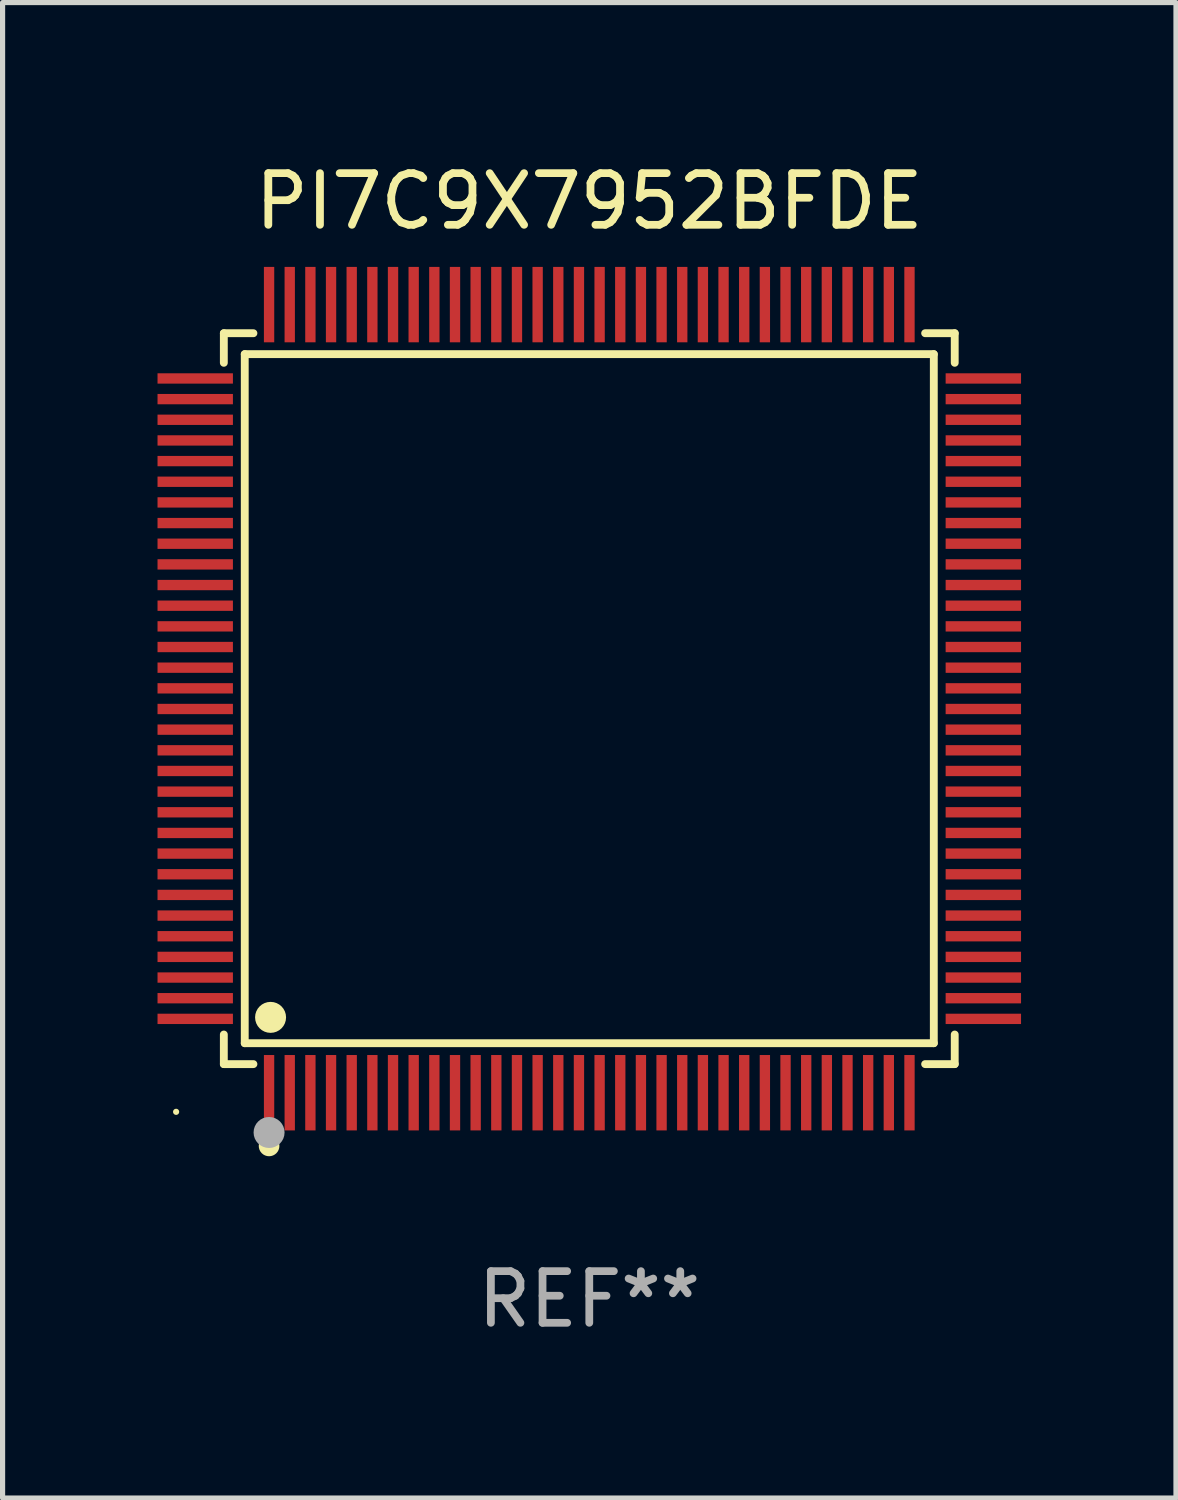
<source format=kicad_pcb>
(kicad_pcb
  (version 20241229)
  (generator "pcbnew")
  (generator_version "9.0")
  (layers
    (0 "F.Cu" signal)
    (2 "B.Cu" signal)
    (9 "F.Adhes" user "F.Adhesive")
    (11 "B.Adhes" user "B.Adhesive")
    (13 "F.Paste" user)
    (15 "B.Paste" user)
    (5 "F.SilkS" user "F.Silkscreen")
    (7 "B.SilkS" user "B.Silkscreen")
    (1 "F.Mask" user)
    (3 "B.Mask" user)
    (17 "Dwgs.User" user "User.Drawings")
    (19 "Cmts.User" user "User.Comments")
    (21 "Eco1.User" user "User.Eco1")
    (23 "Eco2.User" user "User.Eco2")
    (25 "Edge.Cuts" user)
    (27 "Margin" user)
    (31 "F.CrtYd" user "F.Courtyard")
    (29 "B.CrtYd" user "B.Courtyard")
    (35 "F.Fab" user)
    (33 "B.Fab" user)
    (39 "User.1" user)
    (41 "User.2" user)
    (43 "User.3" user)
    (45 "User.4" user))
  (footprint "PI7C9X7952BFDE"
    (layer "F.Cu")
    (at 8.36 10.478)
    (property "Reference" "PI7C9X7952BFDE" (at 0 -9.63 0) (layer "F.SilkS") (effects (font (size 1 1) (thickness 0.15))))
    (attr through_hole)
    (fp_line (start -7.076 -7.076) (end -6.503 -7.076) (stroke (width 0.152) (type solid)) (layer "F.SilkS"))
    (fp_line (start -7.076 -6.503) (end -7.076 -7.076) (stroke (width 0.152) (type solid)) (layer "F.SilkS"))
    (fp_line (start -7.076 6.503) (end -7.076 7.076) (stroke (width 0.152) (type solid)) (layer "F.SilkS"))
    (fp_line (start -7.076 7.076) (end -6.503 7.076) (stroke (width 0.152) (type solid)) (layer "F.SilkS"))
    (fp_line (start -6.671 -6.671) (end 6.671 -6.671) (stroke (width 0.152) (type solid)) (layer "F.SilkS"))
    (fp_line (start -6.671 6.671) (end -6.671 -6.671) (stroke (width 0.152) (type solid)) (layer "F.SilkS"))
    (fp_line (start 6.671 -6.671) (end 6.671 6.671) (stroke (width 0.152) (type solid)) (layer "F.SilkS"))
    (fp_line (start 6.671 6.671) (end -6.671 6.671) (stroke (width 0.152) (type solid)) (layer "F.SilkS"))
    (fp_line (start 7.076 -7.076) (end 6.503 -7.076) (stroke (width 0.152) (type solid)) (layer "F.SilkS"))
    (fp_line (start 7.076 -6.503) (end 7.076 -7.076) (stroke (width 0.152) (type solid)) (layer "F.SilkS"))
    (fp_line (start 7.076 6.503) (end 7.076 7.076) (stroke (width 0.152) (type solid)) (layer "F.SilkS"))
    (fp_line (start 7.076 7.076) (end 6.503 7.076) (stroke (width 0.152) (type solid)) (layer "F.SilkS"))
    (fp_circle (center -8 8) (end -7.97 8) (stroke (width 0.06) (type solid)) (fill no) (layer "F.SilkS"))
    (fp_circle (center -6.2 8.66) (end -6.1 8.66) (stroke (width 0.2) (type solid)) (fill no) (layer "F.SilkS"))
    (fp_circle (center -6.171 6.171) (end -6.021 6.171) (stroke (width 0.3) (type solid)) (fill no) (layer "F.SilkS"))
    (fp_circle (center -6.2 8.4) (end -6.05 8.4) (stroke (width 0.3) (type solid)) (fill no) (layer "F.Fab"))
    (fp_text user "REF**" (at 0 11.63 0) (layer "F.Fab") (effects (font (size 1 1) (thickness 0.15))))
    (pad "1" smd rect (at -6.2 7.63) (size 0.2 1.46) (layers "F.Cu" "F.Mask" "F.Paste"))
    (pad "2" smd rect (at -5.8 7.63) (size 0.2 1.46) (layers "F.Cu" "F.Mask" "F.Paste"))
    (pad "3" smd rect (at -5.4 7.63) (size 0.2 1.46) (layers "F.Cu" "F.Mask" "F.Paste"))
    (pad "4" smd rect (at -5 7.63) (size 0.2 1.46) (layers "F.Cu" "F.Mask" "F.Paste"))
    (pad "5" smd rect (at -4.6 7.63) (size 0.2 1.46) (layers "F.Cu" "F.Mask" "F.Paste"))
    (pad "6" smd rect (at -4.2 7.63) (size 0.2 1.46) (layers "F.Cu" "F.Mask" "F.Paste"))
    (pad "7" smd rect (at -3.8 7.63) (size 0.2 1.46) (layers "F.Cu" "F.Mask" "F.Paste"))
    (pad "8" smd rect (at -3.4 7.63) (size 0.2 1.46) (layers "F.Cu" "F.Mask" "F.Paste"))
    (pad "9" smd rect (at -3 7.63) (size 0.2 1.46) (layers "F.Cu" "F.Mask" "F.Paste"))
    (pad "10" smd rect (at -2.6 7.63) (size 0.2 1.46) (layers "F.Cu" "F.Mask" "F.Paste"))
    (pad "11" smd rect (at -2.2 7.63) (size 0.2 1.46) (layers "F.Cu" "F.Mask" "F.Paste"))
    (pad "12" smd rect (at -1.8 7.63) (size 0.2 1.46) (layers "F.Cu" "F.Mask" "F.Paste"))
    (pad "13" smd rect (at -1.4 7.63) (size 0.2 1.46) (layers "F.Cu" "F.Mask" "F.Paste"))
    (pad "14" smd rect (at -1 7.63) (size 0.2 1.46) (layers "F.Cu" "F.Mask" "F.Paste"))
    (pad "15" smd rect (at -0.6 7.63) (size 0.2 1.46) (layers "F.Cu" "F.Mask" "F.Paste"))
    (pad "16" smd rect (at -0.2 7.63) (size 0.2 1.46) (layers "F.Cu" "F.Mask" "F.Paste"))
    (pad "17" smd rect (at 0.2 7.63) (size 0.2 1.46) (layers "F.Cu" "F.Mask" "F.Paste"))
    (pad "18" smd rect (at 0.6 7.63) (size 0.2 1.46) (layers "F.Cu" "F.Mask" "F.Paste"))
    (pad "19" smd rect (at 1 7.63) (size 0.2 1.46) (layers "F.Cu" "F.Mask" "F.Paste"))
    (pad "20" smd rect (at 1.4 7.63) (size 0.2 1.46) (layers "F.Cu" "F.Mask" "F.Paste"))
    (pad "21" smd rect (at 1.8 7.63) (size 0.2 1.46) (layers "F.Cu" "F.Mask" "F.Paste"))
    (pad "22" smd rect (at 2.2 7.63) (size 0.2 1.46) (layers "F.Cu" "F.Mask" "F.Paste"))
    (pad "23" smd rect (at 2.6 7.63) (size 0.2 1.46) (layers "F.Cu" "F.Mask" "F.Paste"))
    (pad "24" smd rect (at 3 7.63) (size 0.2 1.46) (layers "F.Cu" "F.Mask" "F.Paste"))
    (pad "25" smd rect (at 3.4 7.63) (size 0.2 1.46) (layers "F.Cu" "F.Mask" "F.Paste"))
    (pad "26" smd rect (at 3.8 7.63) (size 0.2 1.46) (layers "F.Cu" "F.Mask" "F.Paste"))
    (pad "27" smd rect (at 4.2 7.63) (size 0.2 1.46) (layers "F.Cu" "F.Mask" "F.Paste"))
    (pad "28" smd rect (at 4.6 7.63) (size 0.2 1.46) (layers "F.Cu" "F.Mask" "F.Paste"))
    (pad "29" smd rect (at 5 7.63) (size 0.2 1.46) (layers "F.Cu" "F.Mask" "F.Paste"))
    (pad "30" smd rect (at 5.4 7.63) (size 0.2 1.46) (layers "F.Cu" "F.Mask" "F.Paste"))
    (pad "31" smd rect (at 5.8 7.63) (size 0.2 1.46) (layers "F.Cu" "F.Mask" "F.Paste"))
    (pad "32" smd rect (at 6.2 7.63) (size 0.2 1.46) (layers "F.Cu" "F.Mask" "F.Paste"))
    (pad "33" smd rect (at 7.63 6.2) (size 1.46 0.2) (layers "F.Cu" "F.Mask" "F.Paste"))
    (pad "34" smd rect (at 7.63 5.8) (size 1.46 0.2) (layers "F.Cu" "F.Mask" "F.Paste"))
    (pad "35" smd rect (at 7.63 5.4) (size 1.46 0.2) (layers "F.Cu" "F.Mask" "F.Paste"))
    (pad "36" smd rect (at 7.63 5) (size 1.46 0.2) (layers "F.Cu" "F.Mask" "F.Paste"))
    (pad "37" smd rect (at 7.63 4.6) (size 1.46 0.2) (layers "F.Cu" "F.Mask" "F.Paste"))
    (pad "38" smd rect (at 7.63 4.2) (size 1.46 0.2) (layers "F.Cu" "F.Mask" "F.Paste"))
    (pad "39" smd rect (at 7.63 3.8) (size 1.46 0.2) (layers "F.Cu" "F.Mask" "F.Paste"))
    (pad "40" smd rect (at 7.63 3.4) (size 1.46 0.2) (layers "F.Cu" "F.Mask" "F.Paste"))
    (pad "41" smd rect (at 7.63 3) (size 1.46 0.2) (layers "F.Cu" "F.Mask" "F.Paste"))
    (pad "42" smd rect (at 7.63 2.6) (size 1.46 0.2) (layers "F.Cu" "F.Mask" "F.Paste"))
    (pad "43" smd rect (at 7.63 2.2) (size 1.46 0.2) (layers "F.Cu" "F.Mask" "F.Paste"))
    (pad "44" smd rect (at 7.63 1.8) (size 1.46 0.2) (layers "F.Cu" "F.Mask" "F.Paste"))
    (pad "45" smd rect (at 7.63 1.4) (size 1.46 0.2) (layers "F.Cu" "F.Mask" "F.Paste"))
    (pad "46" smd rect (at 7.63 1) (size 1.46 0.2) (layers "F.Cu" "F.Mask" "F.Paste"))
    (pad "47" smd rect (at 7.63 0.6) (size 1.46 0.2) (layers "F.Cu" "F.Mask" "F.Paste"))
    (pad "48" smd rect (at 7.63 0.2) (size 1.46 0.2) (layers "F.Cu" "F.Mask" "F.Paste"))
    (pad "49" smd rect (at 7.63 -0.2) (size 1.46 0.2) (layers "F.Cu" "F.Mask" "F.Paste"))
    (pad "50" smd rect (at 7.63 -0.6) (size 1.46 0.2) (layers "F.Cu" "F.Mask" "F.Paste"))
    (pad "51" smd rect (at 7.63 -1) (size 1.46 0.2) (layers "F.Cu" "F.Mask" "F.Paste"))
    (pad "52" smd rect (at 7.63 -1.4) (size 1.46 0.2) (layers "F.Cu" "F.Mask" "F.Paste"))
    (pad "53" smd rect (at 7.63 -1.8) (size 1.46 0.2) (layers "F.Cu" "F.Mask" "F.Paste"))
    (pad "54" smd rect (at 7.63 -2.2) (size 1.46 0.2) (layers "F.Cu" "F.Mask" "F.Paste"))
    (pad "55" smd rect (at 7.63 -2.6) (size 1.46 0.2) (layers "F.Cu" "F.Mask" "F.Paste"))
    (pad "56" smd rect (at 7.63 -3) (size 1.46 0.2) (layers "F.Cu" "F.Mask" "F.Paste"))
    (pad "57" smd rect (at 7.63 -3.4) (size 1.46 0.2) (layers "F.Cu" "F.Mask" "F.Paste"))
    (pad "58" smd rect (at 7.63 -3.8) (size 1.46 0.2) (layers "F.Cu" "F.Mask" "F.Paste"))
    (pad "59" smd rect (at 7.63 -4.2) (size 1.46 0.2) (layers "F.Cu" "F.Mask" "F.Paste"))
    (pad "60" smd rect (at 7.63 -4.6) (size 1.46 0.2) (layers "F.Cu" "F.Mask" "F.Paste"))
    (pad "61" smd rect (at 7.63 -5) (size 1.46 0.2) (layers "F.Cu" "F.Mask" "F.Paste"))
    (pad "62" smd rect (at 7.63 -5.4) (size 1.46 0.2) (layers "F.Cu" "F.Mask" "F.Paste"))
    (pad "63" smd rect (at 7.63 -5.8) (size 1.46 0.2) (layers "F.Cu" "F.Mask" "F.Paste"))
    (pad "64" smd rect (at 7.63 -6.2) (size 1.46 0.2) (layers "F.Cu" "F.Mask" "F.Paste"))
    (pad "65" smd rect (at 6.2 -7.63) (size 0.2 1.46) (layers "F.Cu" "F.Mask" "F.Paste"))
    (pad "66" smd rect (at 5.8 -7.63) (size 0.2 1.46) (layers "F.Cu" "F.Mask" "F.Paste"))
    (pad "67" smd rect (at 5.4 -7.63) (size 0.2 1.46) (layers "F.Cu" "F.Mask" "F.Paste"))
    (pad "68" smd rect (at 5 -7.63) (size 0.2 1.46) (layers "F.Cu" "F.Mask" "F.Paste"))
    (pad "69" smd rect (at 4.6 -7.63) (size 0.2 1.46) (layers "F.Cu" "F.Mask" "F.Paste"))
    (pad "70" smd rect (at 4.2 -7.63) (size 0.2 1.46) (layers "F.Cu" "F.Mask" "F.Paste"))
    (pad "71" smd rect (at 3.8 -7.63) (size 0.2 1.46) (layers "F.Cu" "F.Mask" "F.Paste"))
    (pad "72" smd rect (at 3.4 -7.63) (size 0.2 1.46) (layers "F.Cu" "F.Mask" "F.Paste"))
    (pad "73" smd rect (at 3 -7.63) (size 0.2 1.46) (layers "F.Cu" "F.Mask" "F.Paste"))
    (pad "74" smd rect (at 2.6 -7.63) (size 0.2 1.46) (layers "F.Cu" "F.Mask" "F.Paste"))
    (pad "75" smd rect (at 2.2 -7.63) (size 0.2 1.46) (layers "F.Cu" "F.Mask" "F.Paste"))
    (pad "76" smd rect (at 1.8 -7.63) (size 0.2 1.46) (layers "F.Cu" "F.Mask" "F.Paste"))
    (pad "77" smd rect (at 1.4 -7.63) (size 0.2 1.46) (layers "F.Cu" "F.Mask" "F.Paste"))
    (pad "78" smd rect (at 1 -7.63) (size 0.2 1.46) (layers "F.Cu" "F.Mask" "F.Paste"))
    (pad "79" smd rect (at 0.6 -7.63) (size 0.2 1.46) (layers "F.Cu" "F.Mask" "F.Paste"))
    (pad "80" smd rect (at 0.2 -7.63) (size 0.2 1.46) (layers "F.Cu" "F.Mask" "F.Paste"))
    (pad "81" smd rect (at -0.2 -7.63) (size 0.2 1.46) (layers "F.Cu" "F.Mask" "F.Paste"))
    (pad "82" smd rect (at -0.6 -7.63) (size 0.2 1.46) (layers "F.Cu" "F.Mask" "F.Paste"))
    (pad "83" smd rect (at -1 -7.63) (size 0.2 1.46) (layers "F.Cu" "F.Mask" "F.Paste"))
    (pad "84" smd rect (at -1.4 -7.63) (size 0.2 1.46) (layers "F.Cu" "F.Mask" "F.Paste"))
    (pad "85" smd rect (at -1.8 -7.63) (size 0.2 1.46) (layers "F.Cu" "F.Mask" "F.Paste"))
    (pad "86" smd rect (at -2.2 -7.63) (size 0.2 1.46) (layers "F.Cu" "F.Mask" "F.Paste"))
    (pad "87" smd rect (at -2.6 -7.63) (size 0.2 1.46) (layers "F.Cu" "F.Mask" "F.Paste"))
    (pad "88" smd rect (at -3 -7.63) (size 0.2 1.46) (layers "F.Cu" "F.Mask" "F.Paste"))
    (pad "89" smd rect (at -3.4 -7.63) (size 0.2 1.46) (layers "F.Cu" "F.Mask" "F.Paste"))
    (pad "90" smd rect (at -3.8 -7.63) (size 0.2 1.46) (layers "F.Cu" "F.Mask" "F.Paste"))
    (pad "91" smd rect (at -4.2 -7.63) (size 0.2 1.46) (layers "F.Cu" "F.Mask" "F.Paste"))
    (pad "92" smd rect (at -4.6 -7.63) (size 0.2 1.46) (layers "F.Cu" "F.Mask" "F.Paste"))
    (pad "93" smd rect (at -5 -7.63) (size 0.2 1.46) (layers "F.Cu" "F.Mask" "F.Paste"))
    (pad "94" smd rect (at -5.4 -7.63) (size 0.2 1.46) (layers "F.Cu" "F.Mask" "F.Paste"))
    (pad "95" smd rect (at -5.8 -7.63) (size 0.2 1.46) (layers "F.Cu" "F.Mask" "F.Paste"))
    (pad "96" smd rect (at -6.2 -7.63) (size 0.2 1.46) (layers "F.Cu" "F.Mask" "F.Paste"))
    (pad "97" smd rect (at -7.63 -6.2) (size 1.46 0.2) (layers "F.Cu" "F.Mask" "F.Paste"))
    (pad "98" smd rect (at -7.63 -5.8) (size 1.46 0.2) (layers "F.Cu" "F.Mask" "F.Paste"))
    (pad "99" smd rect (at -7.63 -5.4) (size 1.46 0.2) (layers "F.Cu" "F.Mask" "F.Paste"))
    (pad "100" smd rect (at -7.63 -5) (size 1.46 0.2) (layers "F.Cu" "F.Mask" "F.Paste"))
    (pad "101" smd rect (at -7.63 -4.6) (size 1.46 0.2) (layers "F.Cu" "F.Mask" "F.Paste"))
    (pad "102" smd rect (at -7.63 -4.2) (size 1.46 0.2) (layers "F.Cu" "F.Mask" "F.Paste"))
    (pad "103" smd rect (at -7.63 -3.8) (size 1.46 0.2) (layers "F.Cu" "F.Mask" "F.Paste"))
    (pad "104" smd rect (at -7.63 -3.4) (size 1.46 0.2) (layers "F.Cu" "F.Mask" "F.Paste"))
    (pad "105" smd rect (at -7.63 -3) (size 1.46 0.2) (layers "F.Cu" "F.Mask" "F.Paste"))
    (pad "106" smd rect (at -7.63 -2.6) (size 1.46 0.2) (layers "F.Cu" "F.Mask" "F.Paste"))
    (pad "107" smd rect (at -7.63 -2.2) (size 1.46 0.2) (layers "F.Cu" "F.Mask" "F.Paste"))
    (pad "108" smd rect (at -7.63 -1.8) (size 1.46 0.2) (layers "F.Cu" "F.Mask" "F.Paste"))
    (pad "109" smd rect (at -7.63 -1.4) (size 1.46 0.2) (layers "F.Cu" "F.Mask" "F.Paste"))
    (pad "110" smd rect (at -7.63 -1) (size 1.46 0.2) (layers "F.Cu" "F.Mask" "F.Paste"))
    (pad "111" smd rect (at -7.63 -0.6) (size 1.46 0.2) (layers "F.Cu" "F.Mask" "F.Paste"))
    (pad "112" smd rect (at -7.63 -0.2) (size 1.46 0.2) (layers "F.Cu" "F.Mask" "F.Paste"))
    (pad "113" smd rect (at -7.63 0.2) (size 1.46 0.2) (layers "F.Cu" "F.Mask" "F.Paste"))
    (pad "114" smd rect (at -7.63 0.6) (size 1.46 0.2) (layers "F.Cu" "F.Mask" "F.Paste"))
    (pad "115" smd rect (at -7.63 1) (size 1.46 0.2) (layers "F.Cu" "F.Mask" "F.Paste"))
    (pad "116" smd rect (at -7.63 1.4) (size 1.46 0.2) (layers "F.Cu" "F.Mask" "F.Paste"))
    (pad "117" smd rect (at -7.63 1.8) (size 1.46 0.2) (layers "F.Cu" "F.Mask" "F.Paste"))
    (pad "118" smd rect (at -7.63 2.2) (size 1.46 0.2) (layers "F.Cu" "F.Mask" "F.Paste"))
    (pad "119" smd rect (at -7.63 2.6) (size 1.46 0.2) (layers "F.Cu" "F.Mask" "F.Paste"))
    (pad "120" smd rect (at -7.63 3) (size 1.46 0.2) (layers "F.Cu" "F.Mask" "F.Paste"))
    (pad "121" smd rect (at -7.63 3.4) (size 1.46 0.2) (layers "F.Cu" "F.Mask" "F.Paste"))
    (pad "122" smd rect (at -7.63 3.8) (size 1.46 0.2) (layers "F.Cu" "F.Mask" "F.Paste"))
    (pad "123" smd rect (at -7.63 4.2) (size 1.46 0.2) (layers "F.Cu" "F.Mask" "F.Paste"))
    (pad "124" smd rect (at -7.63 4.6) (size 1.46 0.2) (layers "F.Cu" "F.Mask" "F.Paste"))
    (pad "125" smd rect (at -7.63 5) (size 1.46 0.2) (layers "F.Cu" "F.Mask" "F.Paste"))
    (pad "126" smd rect (at -7.63 5.4) (size 1.46 0.2) (layers "F.Cu" "F.Mask" "F.Paste"))
    (pad "127" smd rect (at -7.63 5.8) (size 1.46 0.2) (layers "F.Cu" "F.Mask" "F.Paste"))
    (pad "128" smd rect (at -7.63 6.2) (size 1.46 0.2) (layers "F.Cu" "F.Mask" "F.Paste")))
  (gr_rect
    (start -3 -3)
    (end 19.72 25.956)
    (stroke (width 0.1) (type default))
    (fill no)
    (layer "Edge.Cuts")))
</source>
